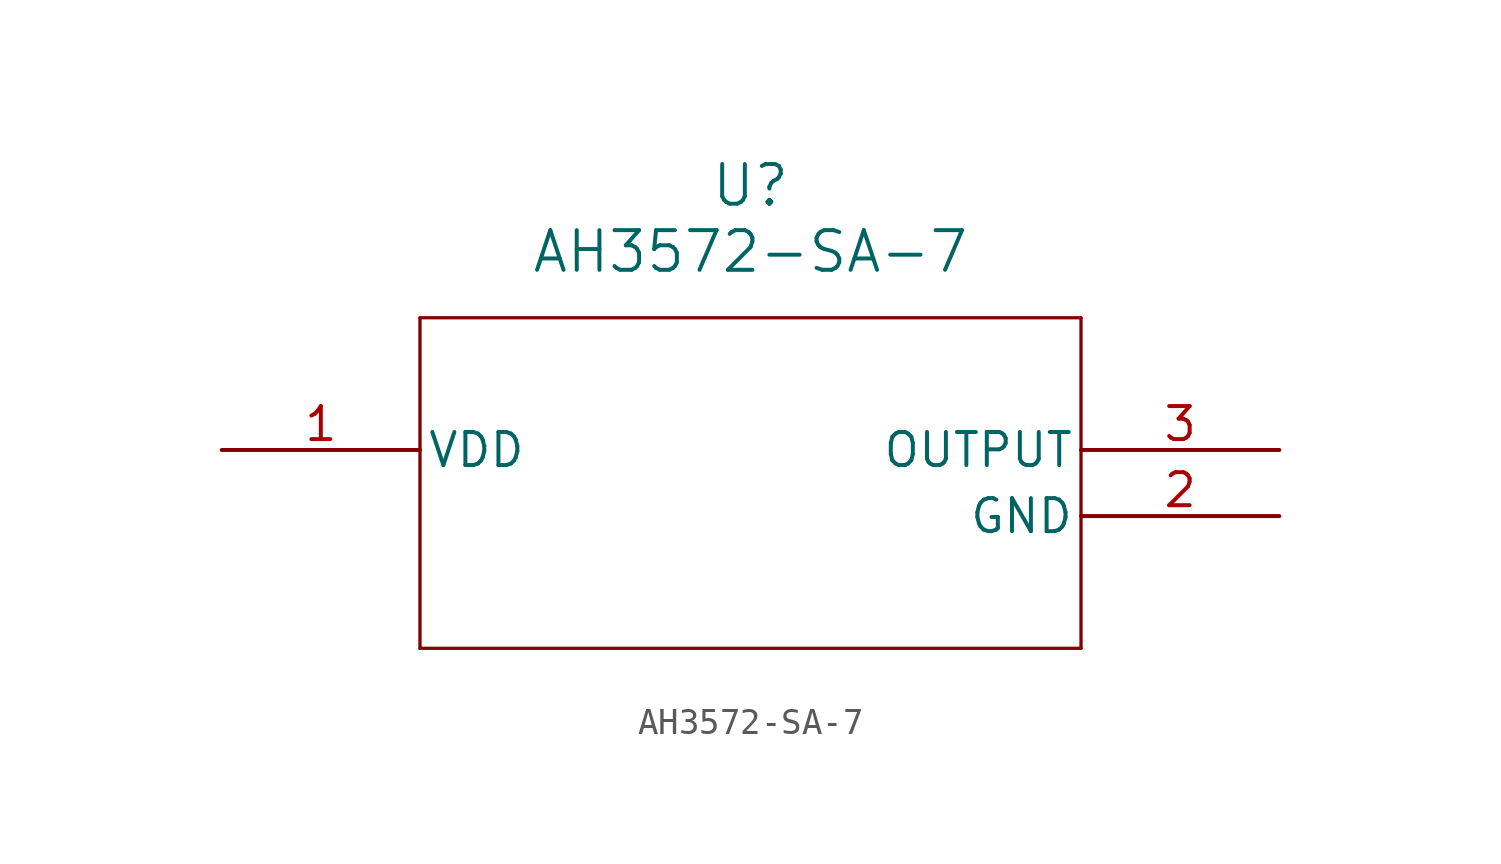
<source format=kicad_sym>
(kicad_symbol_lib
  (version 20211014)
  (generator kicad_symbol_editor)
  (symbol "AH3572-SA-7"
    (pin_names
      (offset 0.254))
    (property "Reference" "U"
      (at 20.32 10.16 0)
      (effects (font (size 1.524 1.524))))
    (property "Value" "AH3572-SA-7"
      (at 20.32 7.62 0)
      (effects (font (size 1.524 1.524))))
    (symbol "AH3572-SA-7_0_1"
      (polyline (pts (xy 7.62 5.08) (xy 7.62 -7.62)) (stroke (width 0.127) (type default) (color 0 0 0 0)) (fill (type none)))
      (polyline (pts (xy 7.62 -7.62) (xy 33.02 -7.62)) (stroke (width 0.127) (type default) (color 0 0 0 0)) (fill (type none)))
      (polyline (pts (xy 33.02 -7.62) (xy 33.02 5.08)) (stroke (width 0.127) (type default) (color 0 0 0 0)) (fill (type none)))
      (polyline (pts (xy 33.02 5.08) (xy 7.62 5.08)) (stroke (width 0.127) (type default) (color 0 0 0 0)) (fill (type none)))
      (pin power_in line (at 0 0 0) (length 7.62) (name "VDD" (effects (font (size 1.27 1.27)))) (number "1" (effects (font (size 1.27 1.27)))))
      (pin power_out line (at 40.64 -2.54 180) (length 7.62) (name "GND" (effects (font (size 1.27 1.27)))) (number "2" (effects (font (size 1.27 1.27)))))
      (pin output line (at 40.64 0 180) (length 7.62) (name "OUTPUT" (effects (font (size 1.27 1.27)))) (number "3" (effects (font (size 1.27 1.27))))))))
</source>
